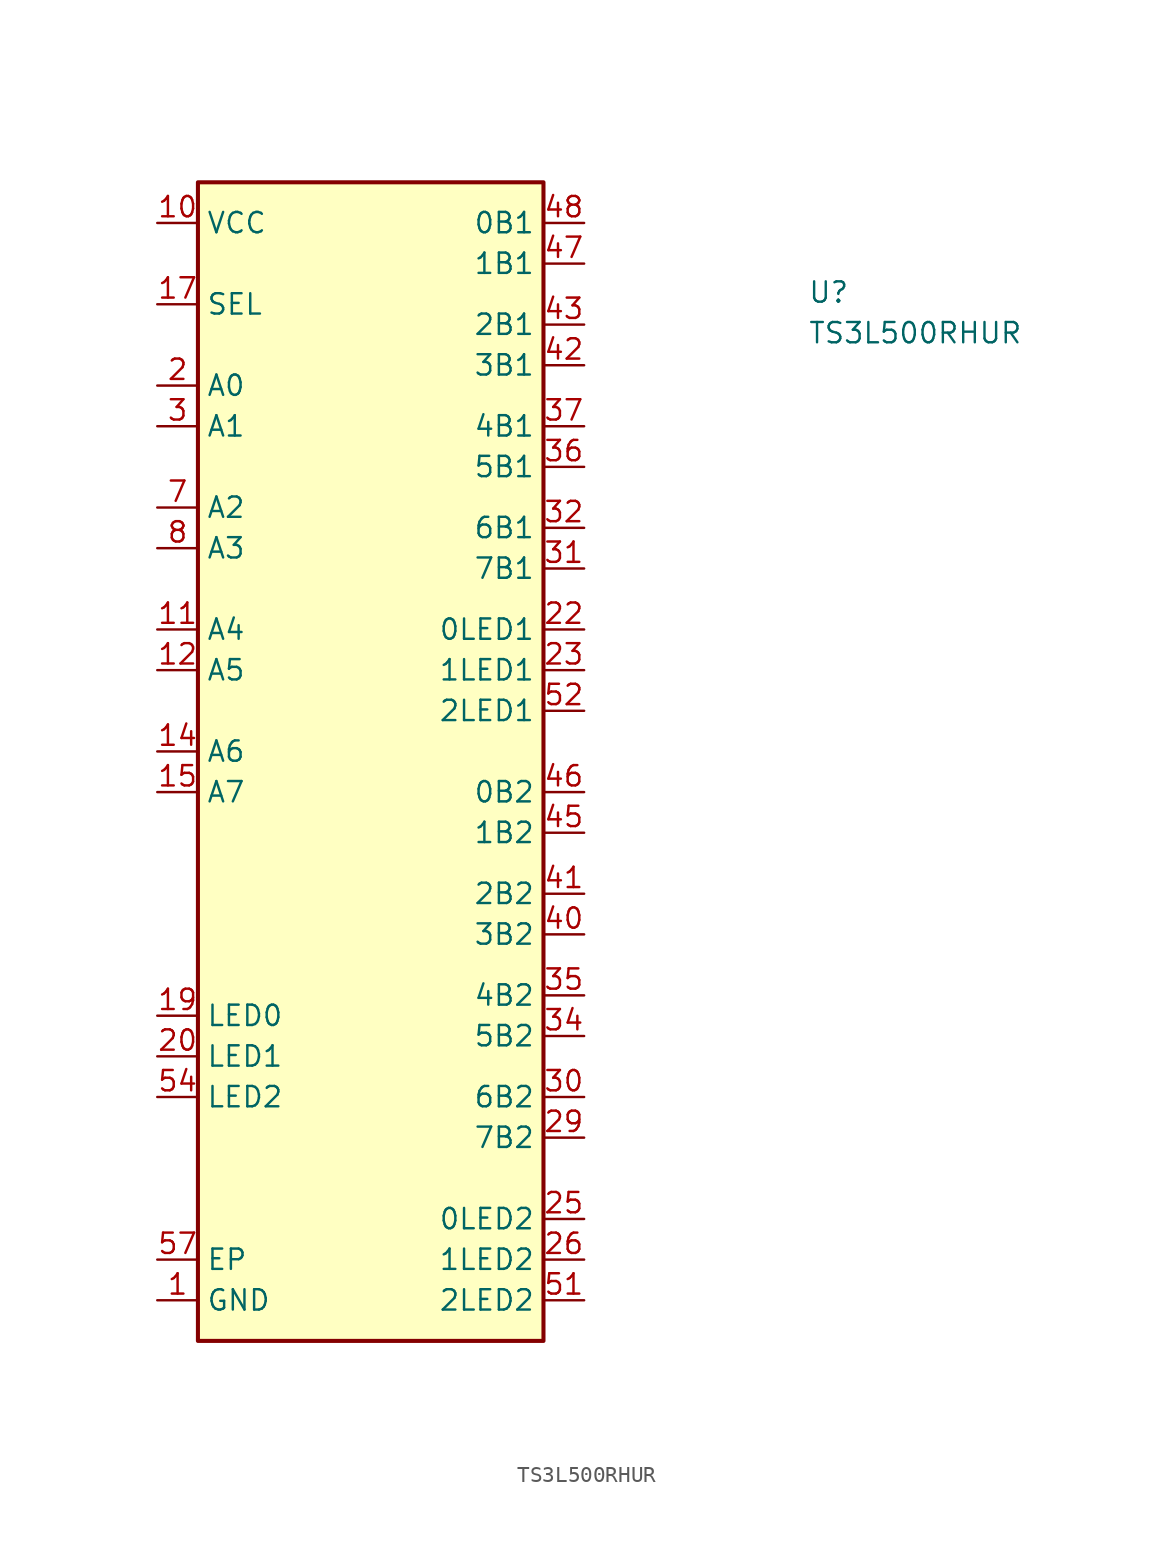
<source format=kicad_sym>
(kicad_symbol_lib
  (version 20211014)
  (generator kicad_symbol_editor)
  (symbol "TS3L500RHUR"
    (property "Reference" "U"
      (at 40.64 -5.08 0)
      (effects (font (size 1.27 1.27) (thickness 0.15)) (justify left bottom)))
    (property "Value" "TS3L500RHUR"
      (at 40.64 -7.62 0)
      (effects (font (size 1.27 1.27) (thickness 0.15)) (justify left bottom)))
    (symbol "TS3L500RHUR_1_1"
      (rectangle (start 2.54 2.54) (end 24.13 -69.85) (stroke (width 0.254) (type default) (color 0 0 0 0)) (fill (type background)))
      (pin power_in line (at 0 -67.31 0) (length 2.54) (name "GND" (effects (font (size 1.27 1.27)))) (number "1" (effects (font (size 1.27 1.27)))))
      (pin power_in line (at 0 0 0) (length 2.54) (name "VCC" (effects (font (size 1.27 1.27)))) (number "10" (effects (font (size 1.27 1.27)))))
      (pin bidirectional line (at 0 -25.4 0) (length 2.54) (name "A4" (effects (font (size 1.27 1.27)))) (number "11" (effects (font (size 1.27 1.27)))))
      (pin bidirectional line (at 0 -27.94 0) (length 2.54) (name "A5" (effects (font (size 1.27 1.27)))) (number "12" (effects (font (size 1.27 1.27)))))
      (pin passive line (at 0 -67.31 0) (length 2.54) hide (name "GND" (effects (font (size 1.27 1.27)))) (number "13" (effects (font (size 1.27 1.27)))))
      (pin bidirectional line (at 0 -33.02 0) (length 2.54) (name "A6" (effects (font (size 1.27 1.27)))) (number "14" (effects (font (size 1.27 1.27)))))
      (pin bidirectional line (at 0 -35.56 0) (length 2.54) (name "A7" (effects (font (size 1.27 1.27)))) (number "15" (effects (font (size 1.27 1.27)))))
      (pin passive line (at 0 -67.31 0) (length 2.54) hide (name "GND" (effects (font (size 1.27 1.27)))) (number "16" (effects (font (size 1.27 1.27)))))
      (pin input line (at 0 -5.08 0) (length 2.54) (name "SEL" (effects (font (size 1.27 1.27)))) (number "17" (effects (font (size 1.27 1.27)))))
      (pin passive line (at 0 0 0) (length 2.54) hide (name "VCC" (effects (font (size 1.27 1.27)))) (number "18" (effects (font (size 1.27 1.27)))))
      (pin bidirectional line (at 0 -49.53 0) (length 2.54) (name "LED0" (effects (font (size 1.27 1.27)))) (number "19" (effects (font (size 1.27 1.27)))))
      (pin bidirectional line (at 0 -10.16 0) (length 2.54) (name "A0" (effects (font (size 1.27 1.27)))) (number "2" (effects (font (size 1.27 1.27)))))
      (pin bidirectional line (at 0 -52.07 0) (length 2.54) (name "LED1" (effects (font (size 1.27 1.27)))) (number "20" (effects (font (size 1.27 1.27)))))
      (pin passive line (at 0 -67.31 0) (length 2.54) hide (name "GND" (effects (font (size 1.27 1.27)))) (number "21" (effects (font (size 1.27 1.27)))))
      (pin bidirectional line (at 26.67 -25.4 180) (length 2.54) (name "0LED1" (effects (font (size 1.27 1.27)))) (number "22" (effects (font (size 1.27 1.27)))))
      (pin bidirectional line (at 26.67 -27.94 180) (length 2.54) (name "1LED1" (effects (font (size 1.27 1.27)))) (number "23" (effects (font (size 1.27 1.27)))))
      (pin passive line (at 0 -67.31 0) (length 2.54) hide (name "GND" (effects (font (size 1.27 1.27)))) (number "24" (effects (font (size 1.27 1.27)))))
      (pin bidirectional line (at 26.67 -62.23 180) (length 2.54) (name "0LED2" (effects (font (size 1.27 1.27)))) (number "25" (effects (font (size 1.27 1.27)))))
      (pin bidirectional line (at 26.67 -64.77 180) (length 2.54) (name "1LED2" (effects (font (size 1.27 1.27)))) (number "26" (effects (font (size 1.27 1.27)))))
      (pin passive line (at 0 0 0) (length 2.54) hide (name "VCC" (effects (font (size 1.27 1.27)))) (number "27" (effects (font (size 1.27 1.27)))))
      (pin passive line (at 0 -67.31 0) (length 2.54) hide (name "GND" (effects (font (size 1.27 1.27)))) (number "28" (effects (font (size 1.27 1.27)))))
      (pin bidirectional line (at 26.67 -57.15 180) (length 2.54) (name "7B2" (effects (font (size 1.27 1.27)))) (number "29" (effects (font (size 1.27 1.27)))))
      (pin bidirectional line (at 0 -12.7 0) (length 2.54) (name "A1" (effects (font (size 1.27 1.27)))) (number "3" (effects (font (size 1.27 1.27)))))
      (pin bidirectional line (at 26.67 -54.61 180) (length 2.54) (name "6B2" (effects (font (size 1.27 1.27)))) (number "30" (effects (font (size 1.27 1.27)))))
      (pin bidirectional line (at 26.67 -21.59 180) (length 2.54) (name "7B1" (effects (font (size 1.27 1.27)))) (number "31" (effects (font (size 1.27 1.27)))))
      (pin bidirectional line (at 26.67 -19.05 180) (length 2.54) (name "6B1" (effects (font (size 1.27 1.27)))) (number "32" (effects (font (size 1.27 1.27)))))
      (pin passive line (at 0 -67.31 0) (length 2.54) hide (name "GND" (effects (font (size 1.27 1.27)))) (number "33" (effects (font (size 1.27 1.27)))))
      (pin bidirectional line (at 26.67 -50.8 180) (length 2.54) (name "5B2" (effects (font (size 1.27 1.27)))) (number "34" (effects (font (size 1.27 1.27)))))
      (pin bidirectional line (at 26.67 -48.26 180) (length 2.54) (name "4B2" (effects (font (size 1.27 1.27)))) (number "35" (effects (font (size 1.27 1.27)))))
      (pin bidirectional line (at 26.67 -15.24 180) (length 2.54) (name "5B1" (effects (font (size 1.27 1.27)))) (number "36" (effects (font (size 1.27 1.27)))))
      (pin bidirectional line (at 26.67 -12.7 180) (length 2.54) (name "4B1" (effects (font (size 1.27 1.27)))) (number "37" (effects (font (size 1.27 1.27)))))
      (pin passive line (at 0 0 0) (length 2.54) hide (name "VCC" (effects (font (size 1.27 1.27)))) (number "38" (effects (font (size 1.27 1.27)))))
      (pin passive line (at 0 -67.31 0) (length 2.54) hide (name "GND" (effects (font (size 1.27 1.27)))) (number "39" (effects (font (size 1.27 1.27)))))
      (pin passive line (at 0 0 0) (length 2.54) hide (name "VCC" (effects (font (size 1.27 1.27)))) (number "4" (effects (font (size 1.27 1.27)))))
      (pin bidirectional line (at 26.67 -44.45 180) (length 2.54) (name "3B2" (effects (font (size 1.27 1.27)))) (number "40" (effects (font (size 1.27 1.27)))))
      (pin bidirectional line (at 26.67 -41.91 180) (length 2.54) (name "2B2" (effects (font (size 1.27 1.27)))) (number "41" (effects (font (size 1.27 1.27)))))
      (pin bidirectional line (at 26.67 -8.89 180) (length 2.54) (name "3B1" (effects (font (size 1.27 1.27)))) (number "42" (effects (font (size 1.27 1.27)))))
      (pin bidirectional line (at 26.67 -6.35 180) (length 2.54) (name "2B1" (effects (font (size 1.27 1.27)))) (number "43" (effects (font (size 1.27 1.27)))))
      (pin passive line (at 0 -67.31 0) (length 2.54) hide (name "GND" (effects (font (size 1.27 1.27)))) (number "44" (effects (font (size 1.27 1.27)))))
      (pin bidirectional line (at 26.67 -38.1 180) (length 2.54) (name "1B2" (effects (font (size 1.27 1.27)))) (number "45" (effects (font (size 1.27 1.27)))))
      (pin bidirectional line (at 26.67 -35.56 180) (length 2.54) (name "0B2" (effects (font (size 1.27 1.27)))) (number "46" (effects (font (size 1.27 1.27)))))
      (pin bidirectional line (at 26.67 -2.54 180) (length 2.54) (name "1B1" (effects (font (size 1.27 1.27)))) (number "47" (effects (font (size 1.27 1.27)))))
      (pin bidirectional line (at 26.67 0 180) (length 2.54) (name "0B1" (effects (font (size 1.27 1.27)))) (number "48" (effects (font (size 1.27 1.27)))))
      (pin passive line (at 0 -67.31 0) (length 2.54) hide (name "GND" (effects (font (size 1.27 1.27)))) (number "49" (effects (font (size 1.27 1.27)))))
      (pin no_connect line (at 2.54 -59.69 0) (length 2.54) hide (name "NC" (effects (font (size 1.27 1.27)))) (number "5" (effects (font (size 1.27 1.27)))))
      (pin passive line (at 0 0 0) (length 2.54) hide (name "VCC" (effects (font (size 1.27 1.27)))) (number "50" (effects (font (size 1.27 1.27)))))
      (pin bidirectional line (at 26.67 -67.31 180) (length 2.54) (name "2LED2" (effects (font (size 1.27 1.27)))) (number "51" (effects (font (size 1.27 1.27)))))
      (pin bidirectional line (at 26.67 -30.48 180) (length 2.54) (name "2LED1" (effects (font (size 1.27 1.27)))) (number "52" (effects (font (size 1.27 1.27)))))
      (pin passive line (at 0 -67.31 0) (length 2.54) hide (name "GND" (effects (font (size 1.27 1.27)))) (number "53" (effects (font (size 1.27 1.27)))))
      (pin bidirectional line (at 0 -54.61 0) (length 2.54) (name "LED2" (effects (font (size 1.27 1.27)))) (number "54" (effects (font (size 1.27 1.27)))))
      (pin passive line (at 0 -67.31 0) (length 2.54) hide (name "GND" (effects (font (size 1.27 1.27)))) (number "55" (effects (font (size 1.27 1.27)))))
      (pin passive line (at 0 0 0) (length 2.54) hide (name "VCC" (effects (font (size 1.27 1.27)))) (number "56" (effects (font (size 1.27 1.27)))))
      (pin unspecified line (at 0 -64.77 0) (length 2.54) (name "EP" (effects (font (size 1.27 1.27)))) (number "57" (effects (font (size 1.27 1.27)))))
      (pin passive line (at 0 -67.31 0) (length 2.54) hide (name "GND" (effects (font (size 1.27 1.27)))) (number "6" (effects (font (size 1.27 1.27)))))
      (pin bidirectional line (at 0 -17.78 0) (length 2.54) (name "A2" (effects (font (size 1.27 1.27)))) (number "7" (effects (font (size 1.27 1.27)))))
      (pin bidirectional line (at 0 -20.32 0) (length 2.54) (name "A3" (effects (font (size 1.27 1.27)))) (number "8" (effects (font (size 1.27 1.27)))))
      (pin passive line (at 0 -67.31 0) (length 2.54) hide (name "GND" (effects (font (size 1.27 1.27)))) (number "9" (effects (font (size 1.27 1.27))))))))
</source>
